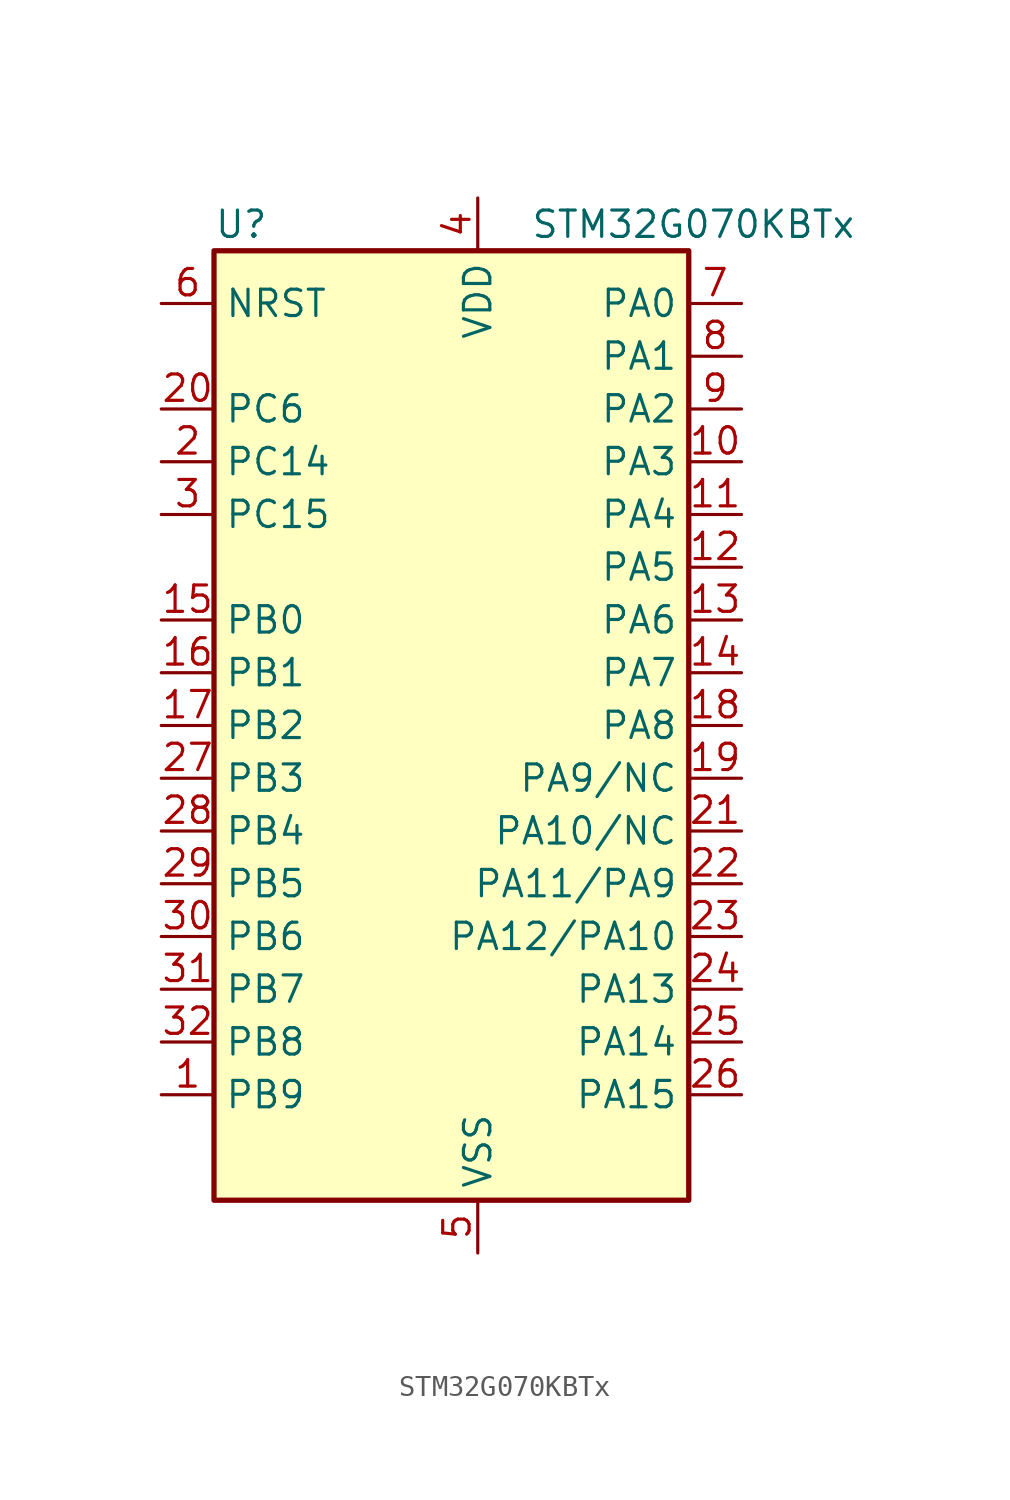
<source format=kicad_sym>
(kicad_symbol_lib
  (version 20220914)
  (generator kicad_symbol_editor)
  (symbol "STM32G070KBTx"
    (property "Reference" "U"
      (at -10.16 24.13 0)
      (effects (font (size 1.27 1.27)) (justify left)))
    (property "Value" "STM32G070KBTx"
      (at 5.08 24.13 0)
      (effects (font (size 1.27 1.27)) (justify left)))
    (property "ki_locked" ""
      (at 0 0 0)
      (effects (font (size 1.27 1.27))))
    (symbol "STM32G070KBTx_0_1"
      (rectangle (start -10.16 -22.86) (end 12.7 22.86) (stroke (width 0.254) (type default)) (fill (type background))))
    (symbol "STM32G070KBTx_1_1"
      (pin bidirectional line (at -12.7 -17.78 0) (length 2.54) (name "PB9" (effects (font (size 1.27 1.27)))) (number "1" (effects (font (size 1.27 1.27)))) (alternate "I2C1_SDA" bidirectional line) (alternate "IR_OUT" bidirectional line) (alternate "SPI2_NSS" bidirectional line) (alternate "TIM17_CH1" bidirectional line) (alternate "USART3_RX" bidirectional line))
      (pin bidirectional line (at 15.24 12.7 180) (length 2.54) (name "PA3" (effects (font (size 1.27 1.27)))) (number "10" (effects (font (size 1.27 1.27)))) (alternate "ADC1_IN3" bidirectional line) (alternate "SPI2_MISO" bidirectional line) (alternate "TIM15_CH2" bidirectional line) (alternate "USART2_RX" bidirectional line))
      (pin bidirectional line (at 15.24 10.16 180) (length 2.54) (name "PA4" (effects (font (size 1.27 1.27)))) (number "11" (effects (font (size 1.27 1.27)))) (alternate "ADC1_IN4" bidirectional line) (alternate "I2S1_WS" bidirectional line) (alternate "RTC_OUT_ALARM" bidirectional line) (alternate "RTC_OUT_CALIB" bidirectional line) (alternate "RTC_TAMP_IN1" bidirectional line) (alternate "RTC_TS" bidirectional line) (alternate "SPI1_NSS" bidirectional line) (alternate "SPI2_MOSI" bidirectional line) (alternate "SYS_WKUP2" bidirectional line) (alternate "TIM14_CH1" bidirectional line))
      (pin bidirectional line (at 15.24 7.62 180) (length 2.54) (name "PA5" (effects (font (size 1.27 1.27)))) (number "12" (effects (font (size 1.27 1.27)))) (alternate "ADC1_IN5" bidirectional line) (alternate "I2S1_CK" bidirectional line) (alternate "SPI1_SCK" bidirectional line) (alternate "USART3_TX" bidirectional line))
      (pin bidirectional line (at 15.24 5.08 180) (length 2.54) (name "PA6" (effects (font (size 1.27 1.27)))) (number "13" (effects (font (size 1.27 1.27)))) (alternate "ADC1_IN6" bidirectional line) (alternate "I2S1_MCK" bidirectional line) (alternate "SPI1_MISO" bidirectional line) (alternate "TIM16_CH1" bidirectional line) (alternate "TIM1_BK" bidirectional line) (alternate "TIM3_CH1" bidirectional line) (alternate "USART3_CTS" bidirectional line) (alternate "USART3_NSS" bidirectional line))
      (pin bidirectional line (at 15.24 2.54 180) (length 2.54) (name "PA7" (effects (font (size 1.27 1.27)))) (number "14" (effects (font (size 1.27 1.27)))) (alternate "ADC1_IN7" bidirectional line) (alternate "I2S1_SD" bidirectional line) (alternate "SPI1_MOSI" bidirectional line) (alternate "TIM14_CH1" bidirectional line) (alternate "TIM17_CH1" bidirectional line) (alternate "TIM1_CH1N" bidirectional line) (alternate "TIM3_CH2" bidirectional line))
      (pin bidirectional line (at -12.7 5.08 0) (length 2.54) (name "PB0" (effects (font (size 1.27 1.27)))) (number "15" (effects (font (size 1.27 1.27)))) (alternate "ADC1_IN8" bidirectional line) (alternate "I2S1_WS" bidirectional line) (alternate "SPI1_NSS" bidirectional line) (alternate "TIM1_CH2N" bidirectional line) (alternate "TIM3_CH3" bidirectional line) (alternate "USART3_RX" bidirectional line))
      (pin bidirectional line (at -12.7 2.54 0) (length 2.54) (name "PB1" (effects (font (size 1.27 1.27)))) (number "16" (effects (font (size 1.27 1.27)))) (alternate "ADC1_IN9" bidirectional line) (alternate "TIM14_CH1" bidirectional line) (alternate "TIM1_CH3N" bidirectional line) (alternate "TIM3_CH4" bidirectional line) (alternate "USART3_CK" bidirectional line) (alternate "USART3_DE" bidirectional line) (alternate "USART3_RTS" bidirectional line))
      (pin bidirectional line (at -12.7 0 0) (length 2.54) (name "PB2" (effects (font (size 1.27 1.27)))) (number "17" (effects (font (size 1.27 1.27)))) (alternate "ADC1_IN10" bidirectional line) (alternate "SPI2_MISO" bidirectional line) (alternate "USART3_TX" bidirectional line))
      (pin bidirectional line (at 15.24 0 180) (length 2.54) (name "PA8" (effects (font (size 1.27 1.27)))) (number "18" (effects (font (size 1.27 1.27)))) (alternate "RCC_MCO" bidirectional line) (alternate "SPI2_NSS" bidirectional line) (alternate "TIM1_CH1" bidirectional line))
      (pin bidirectional line (at 15.24 -2.54 180) (length 2.54) (name "PA9/NC" (effects (font (size 1.27 1.27)))) (number "19" (effects (font (size 1.27 1.27)))) (alternate "I2C1_SCL" bidirectional line) (alternate "RCC_MCO" bidirectional line) (alternate "SPI2_MISO" bidirectional line) (alternate "TIM15_BK" bidirectional line) (alternate "TIM1_CH2" bidirectional line) (alternate "USART1_TX" bidirectional line))
      (pin bidirectional line (at -12.7 12.7 0) (length 2.54) (name "PC14" (effects (font (size 1.27 1.27)))) (number "2" (effects (font (size 1.27 1.27)))) (alternate "RCC_OSC32_IN" bidirectional line) (alternate "RCC_OSC_IN" bidirectional line) (alternate "TIM1_BK2" bidirectional line))
      (pin bidirectional line (at -12.7 15.24 0) (length 2.54) (name "PC6" (effects (font (size 1.27 1.27)))) (number "20" (effects (font (size 1.27 1.27)))) (alternate "TIM3_CH1" bidirectional line))
      (pin bidirectional line (at 15.24 -5.08 180) (length 2.54) (name "PA10/NC" (effects (font (size 1.27 1.27)))) (number "21" (effects (font (size 1.27 1.27)))) (alternate "I2C1_SDA" bidirectional line) (alternate "SPI2_MOSI" bidirectional line) (alternate "TIM17_BK" bidirectional line) (alternate "TIM1_CH3" bidirectional line) (alternate "USART1_RX" bidirectional line))
      (pin bidirectional line (at 15.24 -7.62 180) (length 2.54) (name "PA11/PA9" (effects (font (size 1.27 1.27)))) (number "22" (effects (font (size 1.27 1.27)))) (alternate "ADC1_EXTI11" bidirectional line) (alternate "I2C2_SCL" bidirectional line) (alternate "I2S1_MCK" bidirectional line) (alternate "SPI1_MISO" bidirectional line) (alternate "TIM1_BK2" bidirectional line) (alternate "TIM1_CH4" bidirectional line) (alternate "USART1_CTS" bidirectional line) (alternate "USART1_NSS" bidirectional line))
      (pin bidirectional line (at 15.24 -10.16 180) (length 2.54) (name "PA12/PA10" (effects (font (size 1.27 1.27)))) (number "23" (effects (font (size 1.27 1.27)))) (alternate "I2C2_SDA" bidirectional line) (alternate "I2S1_SD" bidirectional line) (alternate "I2S_CKIN" bidirectional line) (alternate "SPI1_MOSI" bidirectional line) (alternate "TIM1_ETR" bidirectional line) (alternate "USART1_CK" bidirectional line) (alternate "USART1_DE" bidirectional line) (alternate "USART1_RTS" bidirectional line))
      (pin bidirectional line (at 15.24 -12.7 180) (length 2.54) (name "PA13" (effects (font (size 1.27 1.27)))) (number "24" (effects (font (size 1.27 1.27)))) (alternate "IR_OUT" bidirectional line) (alternate "SYS_SWDIO" bidirectional line))
      (pin bidirectional line (at 15.24 -15.24 180) (length 2.54) (name "PA14" (effects (font (size 1.27 1.27)))) (number "25" (effects (font (size 1.27 1.27)))) (alternate "SYS_SWCLK" bidirectional line) (alternate "USART2_TX" bidirectional line))
      (pin bidirectional line (at 15.24 -17.78 180) (length 2.54) (name "PA15" (effects (font (size 1.27 1.27)))) (number "26" (effects (font (size 1.27 1.27)))) (alternate "I2S1_WS" bidirectional line) (alternate "SPI1_NSS" bidirectional line) (alternate "USART2_RX" bidirectional line) (alternate "USART3_CK" bidirectional line) (alternate "USART3_DE" bidirectional line) (alternate "USART3_RTS" bidirectional line) (alternate "USART4_CK" bidirectional line) (alternate "USART4_DE" bidirectional line) (alternate "USART4_RTS" bidirectional line))
      (pin bidirectional line (at -12.7 -2.54 0) (length 2.54) (name "PB3" (effects (font (size 1.27 1.27)))) (number "27" (effects (font (size 1.27 1.27)))) (alternate "I2S1_CK" bidirectional line) (alternate "SPI1_SCK" bidirectional line) (alternate "TIM1_CH2" bidirectional line) (alternate "USART1_CK" bidirectional line) (alternate "USART1_DE" bidirectional line) (alternate "USART1_RTS" bidirectional line))
      (pin bidirectional line (at -12.7 -5.08 0) (length 2.54) (name "PB4" (effects (font (size 1.27 1.27)))) (number "28" (effects (font (size 1.27 1.27)))) (alternate "I2S1_MCK" bidirectional line) (alternate "SPI1_MISO" bidirectional line) (alternate "TIM17_BK" bidirectional line) (alternate "TIM3_CH1" bidirectional line) (alternate "USART1_CTS" bidirectional line) (alternate "USART1_NSS" bidirectional line))
      (pin bidirectional line (at -12.7 -7.62 0) (length 2.54) (name "PB5" (effects (font (size 1.27 1.27)))) (number "29" (effects (font (size 1.27 1.27)))) (alternate "I2C1_SMBA" bidirectional line) (alternate "I2S1_SD" bidirectional line) (alternate "SPI1_MOSI" bidirectional line) (alternate "SYS_WKUP6" bidirectional line) (alternate "TIM16_BK" bidirectional line) (alternate "TIM3_CH2" bidirectional line))
      (pin bidirectional line (at -12.7 10.16 0) (length 2.54) (name "PC15" (effects (font (size 1.27 1.27)))) (number "3" (effects (font (size 1.27 1.27)))) (alternate "RCC_OSC32_EN" bidirectional line) (alternate "RCC_OSC32_OUT" bidirectional line) (alternate "RCC_OSC_EN" bidirectional line) (alternate "TIM15_BK" bidirectional line))
      (pin bidirectional line (at -12.7 -10.16 0) (length 2.54) (name "PB6" (effects (font (size 1.27 1.27)))) (number "30" (effects (font (size 1.27 1.27)))) (alternate "I2C1_SCL" bidirectional line) (alternate "SPI2_MISO" bidirectional line) (alternate "TIM16_CH1N" bidirectional line) (alternate "TIM1_CH3" bidirectional line) (alternate "USART1_TX" bidirectional line))
      (pin bidirectional line (at -12.7 -12.7 0) (length 2.54) (name "PB7" (effects (font (size 1.27 1.27)))) (number "31" (effects (font (size 1.27 1.27)))) (alternate "I2C1_SDA" bidirectional line) (alternate "SPI2_MOSI" bidirectional line) (alternate "TIM17_CH1N" bidirectional line) (alternate "USART1_RX" bidirectional line) (alternate "USART4_CTS" bidirectional line) (alternate "USART4_NSS" bidirectional line))
      (pin bidirectional line (at -12.7 -15.24 0) (length 2.54) (name "PB8" (effects (font (size 1.27 1.27)))) (number "32" (effects (font (size 1.27 1.27)))) (alternate "I2C1_SCL" bidirectional line) (alternate "SPI2_SCK" bidirectional line) (alternate "TIM15_BK" bidirectional line) (alternate "TIM16_CH1" bidirectional line) (alternate "USART3_TX" bidirectional line))
      (pin power_in line (at 2.54 25.4 270) (length 2.54) (name "VDD" (effects (font (size 1.27 1.27)))) (number "4" (effects (font (size 1.27 1.27)))))
      (pin power_in line (at 2.54 -25.4 90) (length 2.54) (name "VSS" (effects (font (size 1.27 1.27)))) (number "5" (effects (font (size 1.27 1.27)))))
      (pin input line (at -12.7 20.32 0) (length 2.54) (name "NRST" (effects (font (size 1.27 1.27)))) (number "6" (effects (font (size 1.27 1.27)))))
      (pin bidirectional line (at 15.24 20.32 180) (length 2.54) (name "PA0" (effects (font (size 1.27 1.27)))) (number "7" (effects (font (size 1.27 1.27)))) (alternate "ADC1_IN0" bidirectional line) (alternate "RTC_TAMP_IN2" bidirectional line) (alternate "SPI2_SCK" bidirectional line) (alternate "SYS_WKUP1" bidirectional line) (alternate "USART2_CTS" bidirectional line) (alternate "USART2_NSS" bidirectional line) (alternate "USART4_TX" bidirectional line))
      (pin bidirectional line (at 15.24 17.78 180) (length 2.54) (name "PA1" (effects (font (size 1.27 1.27)))) (number "8" (effects (font (size 1.27 1.27)))) (alternate "ADC1_IN1" bidirectional line) (alternate "I2C1_SMBA" bidirectional line) (alternate "I2S1_CK" bidirectional line) (alternate "SPI1_SCK" bidirectional line) (alternate "TIM15_CH1N" bidirectional line) (alternate "USART2_CK" bidirectional line) (alternate "USART2_DE" bidirectional line) (alternate "USART2_RTS" bidirectional line) (alternate "USART4_RX" bidirectional line))
      (pin bidirectional line (at 15.24 15.24 180) (length 2.54) (name "PA2" (effects (font (size 1.27 1.27)))) (number "9" (effects (font (size 1.27 1.27)))) (alternate "ADC1_IN2" bidirectional line) (alternate "I2S1_SD" bidirectional line) (alternate "RCC_LSCO" bidirectional line) (alternate "SPI1_MOSI" bidirectional line) (alternate "SYS_WKUP4" bidirectional line) (alternate "TIM15_CH1" bidirectional line) (alternate "USART2_TX" bidirectional line)))))
</source>
